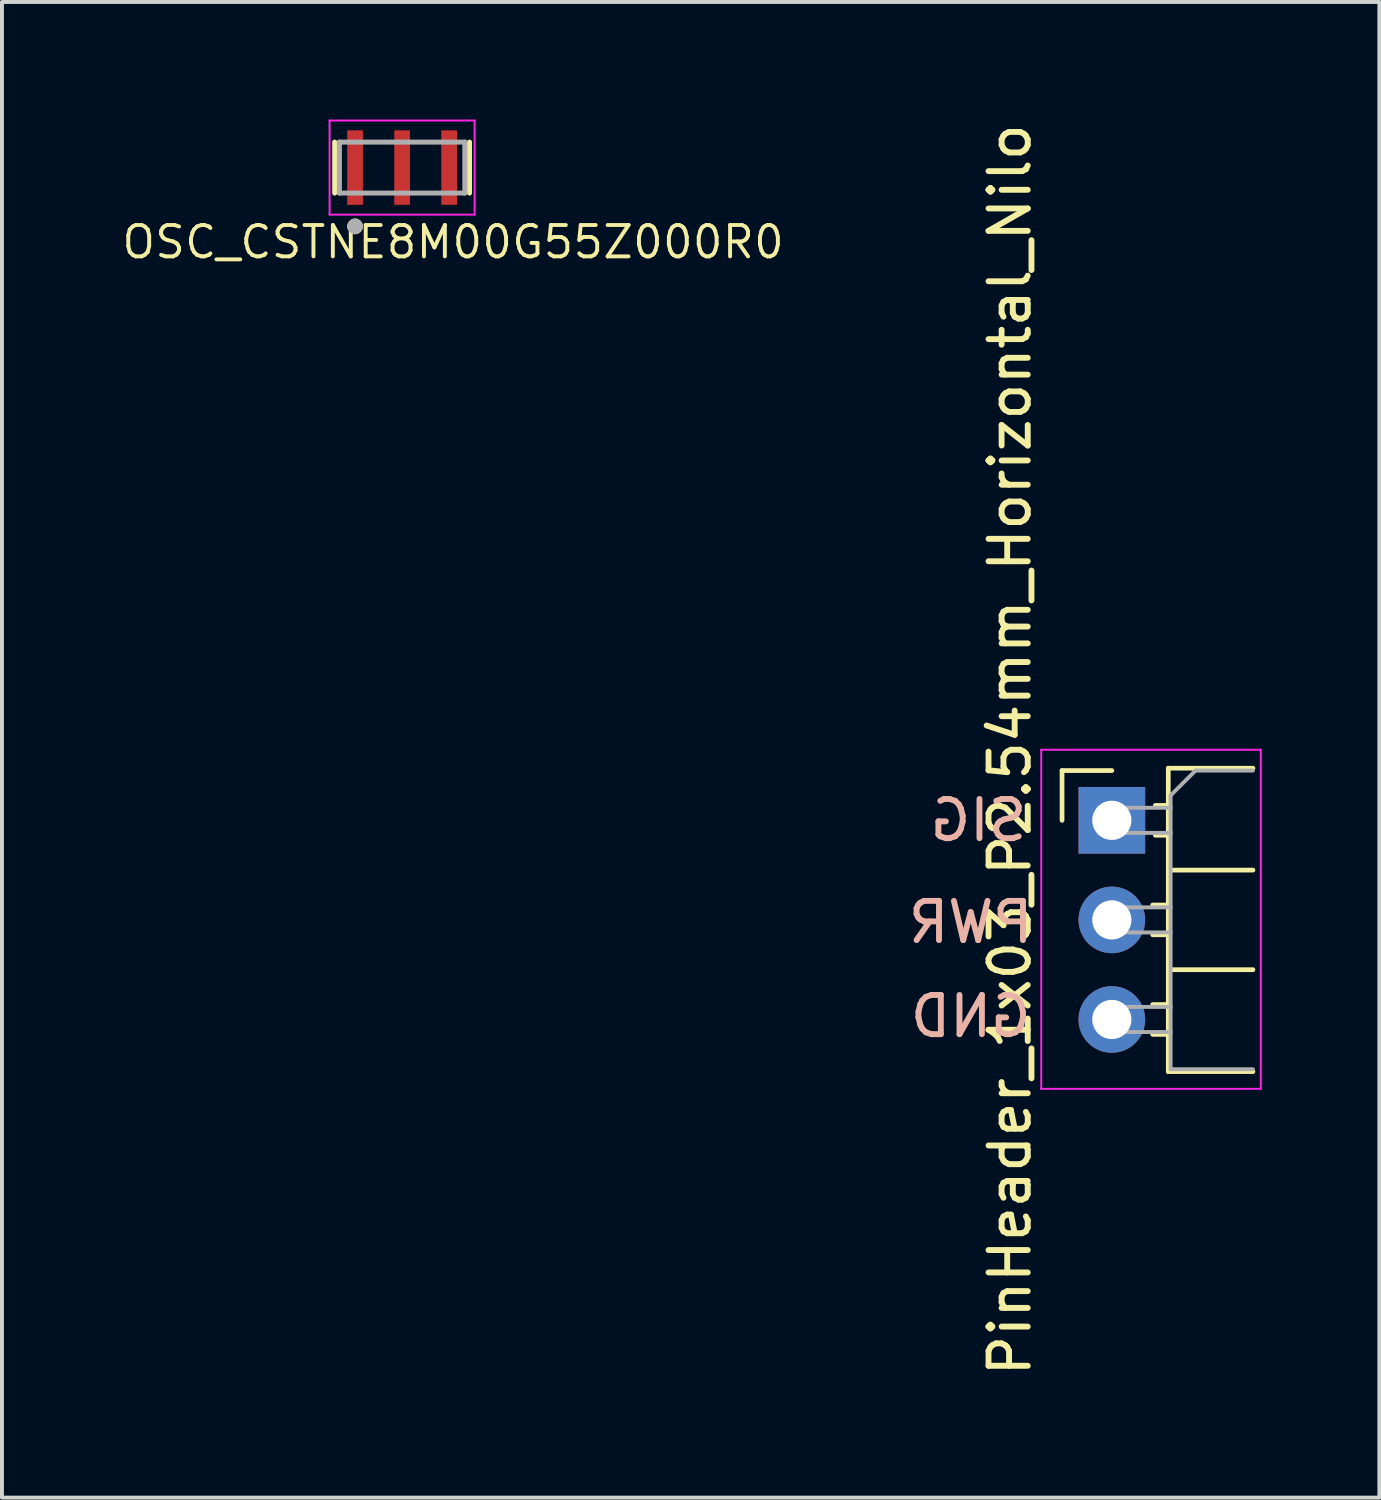
<source format=kicad_pcb>
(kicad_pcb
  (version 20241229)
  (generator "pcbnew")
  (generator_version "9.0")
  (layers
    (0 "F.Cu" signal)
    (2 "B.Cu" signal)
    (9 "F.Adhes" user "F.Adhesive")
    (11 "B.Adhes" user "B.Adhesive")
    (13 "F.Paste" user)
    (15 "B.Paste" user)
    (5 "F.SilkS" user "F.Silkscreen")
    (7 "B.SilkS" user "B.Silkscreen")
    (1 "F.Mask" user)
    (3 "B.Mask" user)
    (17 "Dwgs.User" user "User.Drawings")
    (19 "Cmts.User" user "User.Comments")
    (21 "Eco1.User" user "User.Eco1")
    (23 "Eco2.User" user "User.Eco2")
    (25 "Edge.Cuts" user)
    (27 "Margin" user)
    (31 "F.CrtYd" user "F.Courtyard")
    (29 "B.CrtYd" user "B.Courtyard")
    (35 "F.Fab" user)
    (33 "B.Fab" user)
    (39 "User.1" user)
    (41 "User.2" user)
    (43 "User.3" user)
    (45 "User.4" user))
  (footprint "OSC_CSTNE8M00G55Z000R0"
    (layer "F.Cu")
    (at 7.208 1.225)
    (property "Reference" "OSC_CSTNE8M00G55Z000R0" (at 1.3 1.9 0) (layer "F.SilkS") (effects (font (size 0.8 0.8) (thickness 0.1))))
    (attr smd)
    (fp_line (start -1.72 -0.65) (end -1.72 0.65) (stroke (width 0.127) (type solid)) (layer "F.SilkS"))
    (fp_line (start 1.72 -0.65) (end 1.72 0.65) (stroke (width 0.127) (type solid)) (layer "F.SilkS"))
    (fp_circle (center -1.2 1.5) (end -1.1 1.5) (stroke (width 0.2) (type solid)) (fill no) (layer "F.SilkS"))
    (fp_line (start -1.85 -1.2) (end 1.85 -1.2) (stroke (width 0.05) (type solid)) (layer "F.CrtYd"))
    (fp_line (start -1.85 1.2) (end -1.85 -1.2) (stroke (width 0.05) (type solid)) (layer "F.CrtYd"))
    (fp_line (start 1.85 -1.2) (end 1.85 1.2) (stroke (width 0.05) (type solid)) (layer "F.CrtYd"))
    (fp_line (start 1.85 1.2) (end -1.85 1.2) (stroke (width 0.05) (type solid)) (layer "F.CrtYd"))
    (fp_line (start -1.6 -0.65) (end -1.6 0.65) (stroke (width 0.127) (type solid)) (layer "F.Fab"))
    (fp_line (start -1.6 -0.65) (end 1.6 -0.65) (stroke (width 0.127) (type solid)) (layer "F.Fab"))
    (fp_line (start 1.6 -0.65) (end 1.6 0.65) (stroke (width 0.127) (type solid)) (layer "F.Fab"))
    (fp_line (start 1.6 0.65) (end -1.6 0.65) (stroke (width 0.127) (type solid)) (layer "F.Fab"))
    (fp_circle (center -1.2 1.5) (end -1.1 1.5) (stroke (width 0.2) (type solid)) (fill no) (layer "F.Fab"))
    (pad "1" smd rect (at -1.2 0) (size 0.4 1.9) (layers "F.Cu" "F.Mask" "F.Paste"))
    (pad "2" smd rect (at 0 0) (size 0.4 1.9) (layers "F.Cu" "F.Mask" "F.Paste"))
    (pad "3" smd rect (at 1.2 0) (size 0.4 1.9) (layers "F.Cu" "F.Mask" "F.Paste")))
  (footprint "PinHeader_1x03_P2.54mm_Horizontal_Nilo"
    (layer "F.Cu")
    (at 25.313 17.877)
    (property "Reference" "PinHeader_1x03_P2.54mm_Horizontal_Nilo" (at -2.6 -1.8 90) (layer "F.SilkS") (effects (font (size 1 1) (thickness 0.15))))
    (attr through_hole)
    (fp_line (start -1.27 -1.27) (end 0 -1.27) (stroke (width 0.12) (type solid)) (layer "F.SilkS"))
    (fp_line (start -1.27 0) (end -1.27 -1.27) (stroke (width 0.12) (type solid)) (layer "F.SilkS"))
    (fp_line (start 1.043 2.16) (end 1.44 2.16) (stroke (width 0.12) (type solid)) (layer "F.SilkS"))
    (fp_line (start 1.043 2.92) (end 1.44 2.92) (stroke (width 0.12) (type solid)) (layer "F.SilkS"))
    (fp_line (start 1.043 4.7) (end 1.44 4.7) (stroke (width 0.12) (type solid)) (layer "F.SilkS"))
    (fp_line (start 1.043 5.46) (end 1.44 5.46) (stroke (width 0.12) (type solid)) (layer "F.SilkS"))
    (fp_line (start 1.11 -0.38) (end 1.44 -0.38) (stroke (width 0.12) (type solid)) (layer "F.SilkS"))
    (fp_line (start 1.11 0.38) (end 1.44 0.38) (stroke (width 0.12) (type solid)) (layer "F.SilkS"))
    (fp_line (start 1.44 -1.33) (end 1.44 6.41) (stroke (width 0.12) (type solid)) (layer "F.SilkS"))
    (fp_line (start 1.44 1.27) (end 3.6 1.27) (stroke (width 0.12) (type solid)) (layer "F.SilkS"))
    (fp_line (start 1.44 3.81) (end 3.6 3.81) (stroke (width 0.12) (type solid)) (layer "F.SilkS"))
    (fp_line (start 1.44 6.41) (end 3.6 6.41) (stroke (width 0.12) (type solid)) (layer "F.SilkS"))
    (fp_line (start 3.6 -1.33) (end 1.44 -1.33) (stroke (width 0.12) (type solid)) (layer "F.SilkS"))
    (fp_line (start -1.8 -1.8) (end -1.8 6.85) (stroke (width 0.05) (type solid)) (layer "F.CrtYd"))
    (fp_line (start -1.8 6.85) (end 3.8 6.85) (stroke (width 0.05) (type solid)) (layer "F.CrtYd"))
    (fp_line (start 3.8 -1.8) (end -1.8 -1.8) (stroke (width 0.05) (type solid)) (layer "F.CrtYd"))
    (fp_line (start 3.8 6.85) (end 3.8 -1.8) (stroke (width 0.05) (type solid)) (layer "F.CrtYd"))
    (fp_line (start -0.32 -0.32) (end -0.32 0.32) (stroke (width 0.1) (type solid)) (layer "F.Fab"))
    (fp_line (start -0.32 -0.32) (end 1.5 -0.32) (stroke (width 0.1) (type solid)) (layer "F.Fab"))
    (fp_line (start -0.32 0.32) (end 1.5 0.32) (stroke (width 0.1) (type solid)) (layer "F.Fab"))
    (fp_line (start -0.32 2.22) (end -0.32 2.86) (stroke (width 0.1) (type solid)) (layer "F.Fab"))
    (fp_line (start -0.32 2.22) (end 1.5 2.22) (stroke (width 0.1) (type solid)) (layer "F.Fab"))
    (fp_line (start -0.32 2.86) (end 1.5 2.86) (stroke (width 0.1) (type solid)) (layer "F.Fab"))
    (fp_line (start -0.32 4.76) (end -0.32 5.4) (stroke (width 0.1) (type solid)) (layer "F.Fab"))
    (fp_line (start -0.32 4.76) (end 1.5 4.76) (stroke (width 0.1) (type solid)) (layer "F.Fab"))
    (fp_line (start -0.32 5.4) (end 1.5 5.4) (stroke (width 0.1) (type solid)) (layer "F.Fab"))
    (fp_line (start 1.5 -0.635) (end 2.135 -1.27) (stroke (width 0.1) (type solid)) (layer "F.Fab"))
    (fp_line (start 1.5 6.35) (end 1.5 -0.635) (stroke (width 0.1) (type solid)) (layer "F.Fab"))
    (fp_line (start 2.135 -1.27) (end 3.6 -1.27) (stroke (width 0.1) (type solid)) (layer "F.Fab"))
    (fp_line (start 3.6 6.35) (end 1.5 6.35) (stroke (width 0.1) (type solid)) (layer "F.Fab"))
    (fp_text user "SIG" (at -3.4 0 0) (unlocked yes) (layer "B.SilkS") (effects (font (size 1 1) (thickness 0.15)) (justify mirror)))
    (fp_text user "GND" (at -3.6 5 0) (unlocked yes) (layer "B.SilkS") (effects (font (size 1 1) (thickness 0.15)) (justify mirror)))
    (fp_text user "PWR" (at -3.6 2.6 0) (unlocked yes) (layer "B.SilkS") (effects (font (size 1 1) (thickness 0.15)) (justify mirror)))
    (pad "1" thru_hole rect (at 0 0) (size 1.7 1.7) (drill 1) (layers "*.Cu" "*.Mask"))
    (pad "2" thru_hole oval (at 0 2.54) (size 1.7 1.7) (drill 1) (layers "*.Cu" "*.Mask"))
    (pad "3" thru_hole oval (at 0 5.08) (size 1.7 1.7) (drill 1) (layers "*.Cu" "*.Mask")))
  (gr_rect
    (start -3 -3)
    (end 32.138 35.155)
    (stroke (width 0.1) (type default))
    (fill no)
    (layer "Edge.Cuts")))
</source>
